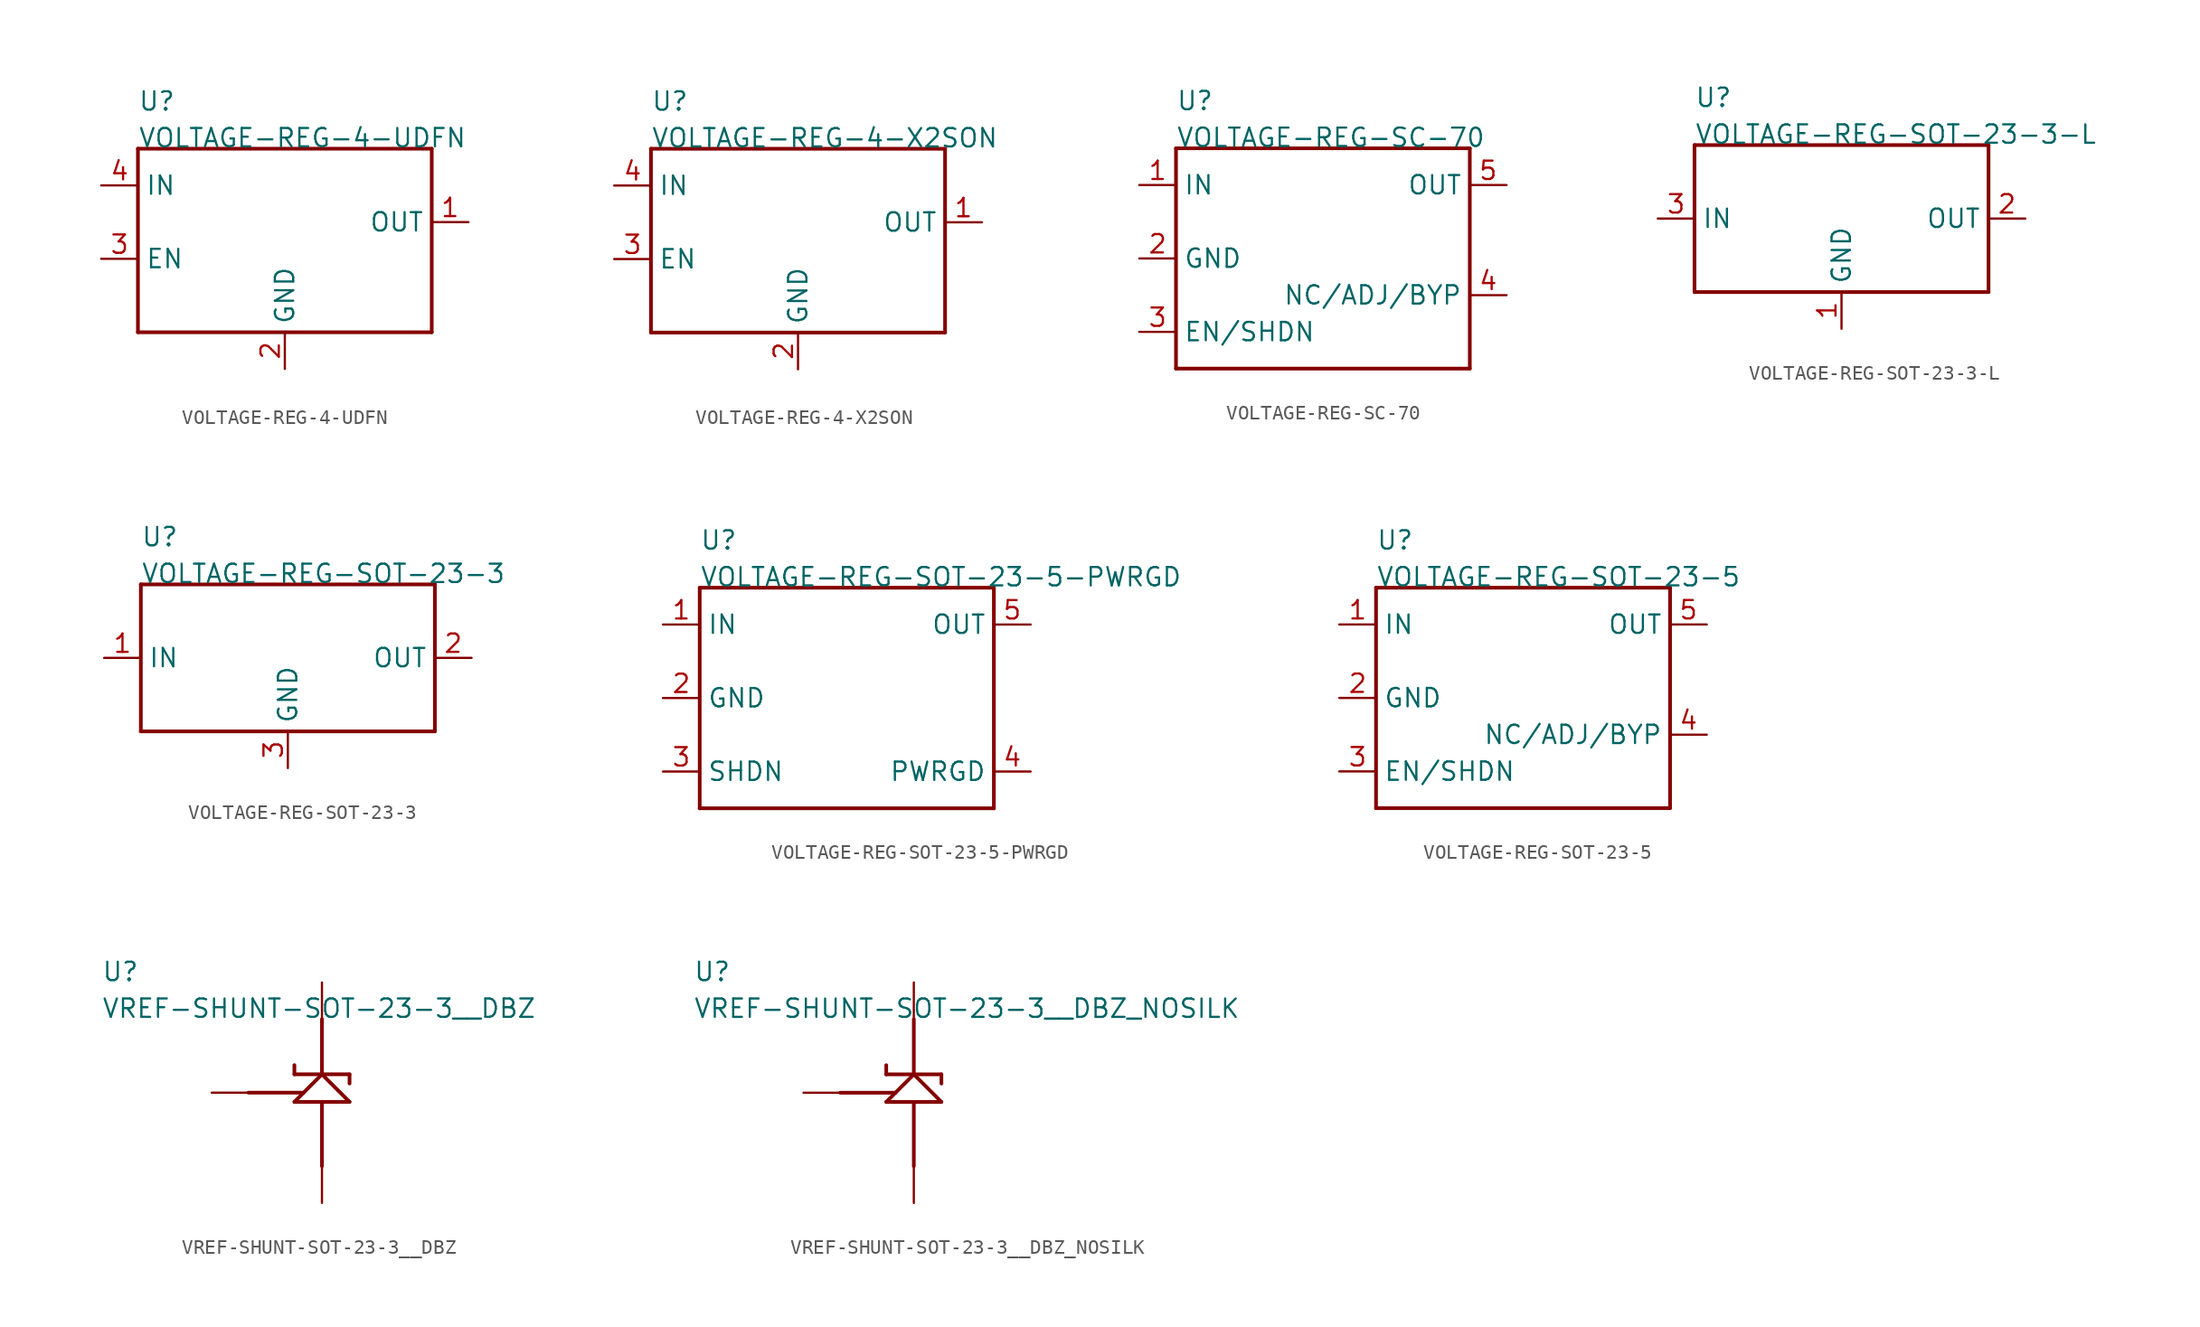
<source format=kicad_sym>
(kicad_symbol_lib
  (version 20211014)
  (generator kicad_symbol_editor)
  (symbol "VOLTAGE-REG-4-UDFN"
    (pin_names)
    (property "Reference" "U"
      (at -10.16 10.16 0)
      (effects (font (size 1.27 1.27)) (justify left bottom)))
    (property "Value" "VOLTAGE-REG-4-UDFN"
      (at -10.16 7.62 0)
      (effects (font (size 1.27 1.27)) (justify left bottom)))
    (property "Datasheet" ""
      (at 0 0 0))
    (property "ki_fp_filters" "FlashPCB_ICs:4-UDFN(1.0X1.0)-NOSLIK"
      (at 0 0 0))
    (symbol "VOLTAGE-REG-4-UDFN_1_1"
      (polyline (pts (xy -10.16 7.62) (xy 10.16 7.62)) (stroke (width 0.254)) (fill (type none)))
      (polyline (pts (xy 10.16 7.62) (xy 10.16 -5.08)) (stroke (width 0.254)) (fill (type none)))
      (polyline (pts (xy 10.16 -5.08) (xy -10.16 -5.08)) (stroke (width 0.254)) (fill (type none)))
      (polyline (pts (xy -10.16 -5.08) (xy -10.16 7.62)) (stroke (width 0.254)) (fill (type none)))
      (pin input line (at -12.7 5.08 0) (length 2.54) (name "IN" (effects (font (size 1.27 1.27)))) (number "4" (effects (font (size 1.27 1.27)))))
      (pin bidirectional line (at -12.7 0 0) (length 2.54) (name "EN" (effects (font (size 1.27 1.27)))) (number "3" (effects (font (size 1.27 1.27)))))
      (pin power_in line (at 0 -7.62 90) (length 2.54) (name "GND" (effects (font (size 1.27 1.27)))) (number "2" (effects (font (size 1.27 1.27)))))
      (pin power_in line (at 0 -7.62 90) (length 2.54) hide (name "GND" (effects (font (size 1.27 1.27)))) (number "S_5" (effects (font (size 1.27 1.27)))))
      (pin output line (at 12.7 2.54 180) (length 2.54) (name "OUT" (effects (font (size 1.27 1.27)))) (number "1" (effects (font (size 1.27 1.27)))))))
  (symbol "VOLTAGE-REG-4-X2SON"
    (pin_names)
    (property "Reference" "U"
      (at -10.16 10.16 0)
      (effects (font (size 1.27 1.27)) (justify left bottom)))
    (property "Value" "VOLTAGE-REG-4-X2SON"
      (at -10.16 7.62 0)
      (effects (font (size 1.27 1.27)) (justify left bottom)))
    (property "Datasheet" ""
      (at 0 0 0))
    (property "ki_fp_filters" "FlashPCB_ICs:4-X2SON(1.0X1.0)"
      (at 0 0 0))
    (symbol "VOLTAGE-REG-4-X2SON_1_1"
      (polyline (pts (xy -10.16 7.62) (xy 10.16 7.62)) (stroke (width 0.254)) (fill (type none)))
      (polyline (pts (xy 10.16 7.62) (xy 10.16 -5.08)) (stroke (width 0.254)) (fill (type none)))
      (polyline (pts (xy 10.16 -5.08) (xy -10.16 -5.08)) (stroke (width 0.254)) (fill (type none)))
      (polyline (pts (xy -10.16 -5.08) (xy -10.16 7.62)) (stroke (width 0.254)) (fill (type none)))
      (pin input line (at -12.7 5.08 0) (length 2.54) (name "IN" (effects (font (size 1.27 1.27)))) (number "4" (effects (font (size 1.27 1.27)))))
      (pin bidirectional line (at -12.7 0 0) (length 2.54) (name "EN" (effects (font (size 1.27 1.27)))) (number "3" (effects (font (size 1.27 1.27)))))
      (pin power_in line (at 0 -7.62 90) (length 2.54) (name "GND" (effects (font (size 1.27 1.27)))) (number "2" (effects (font (size 1.27 1.27)))))
      (pin power_in line (at 0 -7.62 90) (length 2.54) hide (name "GND" (effects (font (size 1.27 1.27)))) (number "S_1" (effects (font (size 1.27 1.27)))))
      (pin output line (at 12.7 2.54 180) (length 2.54) (name "OUT" (effects (font (size 1.27 1.27)))) (number "1" (effects (font (size 1.27 1.27)))))))
  (symbol "VOLTAGE-REG-SC-70"
    (pin_names)
    (property "Reference" "U"
      (at -10.16 10.16 0)
      (effects (font (size 1.27 1.27)) (justify left bottom)))
    (property "Value" "VOLTAGE-REG-SC-70"
      (at -10.16 7.62 0)
      (effects (font (size 1.27 1.27)) (justify left bottom)))
    (property "Datasheet" ""
      (at 0 0 0))
    (property "ki_description" "Voltage Regulator   - SC-70-5 Voltage Regulator   Technical Specifications:    Pin1: IN   Pin2: GND   Pin3: EN/SHDN   Pin4: NC/ADJ/BYP   Pin5: OUT     "
      (at 0 0 0))
    (property "ki_fp_filters" "FlashPCB_ICs:SC-70-5"
      (at 0 0 0))
    (symbol "VOLTAGE-REG-SC-70_1_1"
      (polyline (pts (xy -10.16 7.62) (xy 10.16 7.62)) (stroke (width 0.254)) (fill (type none)))
      (polyline (pts (xy 10.16 7.62) (xy 10.16 -7.62)) (stroke (width 0.254)) (fill (type none)))
      (polyline (pts (xy 10.16 -7.62) (xy -10.16 -7.62)) (stroke (width 0.254)) (fill (type none)))
      (polyline (pts (xy -10.16 -7.62) (xy -10.16 7.62)) (stroke (width 0.254)) (fill (type none)))
      (pin input line (at -12.7 5.08 0) (length 2.54) (name "IN" (effects (font (size 1.27 1.27)))) (number "1" (effects (font (size 1.27 1.27)))))
      (pin bidirectional line (at -12.7 -5.08 0) (length 2.54) (name "EN/SHDN" (effects (font (size 1.27 1.27)))) (number "3" (effects (font (size 1.27 1.27)))))
      (pin power_in line (at -12.7 0 0) (length 2.54) (name "GND" (effects (font (size 1.27 1.27)))) (number "2" (effects (font (size 1.27 1.27)))))
      (pin output line (at 12.7 5.08 180) (length 2.54) (name "OUT" (effects (font (size 1.27 1.27)))) (number "5" (effects (font (size 1.27 1.27)))))
      (pin bidirectional line (at 12.7 -2.54 180) (length 2.54) (name "NC/ADJ/BYP" (effects (font (size 1.27 1.27)))) (number "4" (effects (font (size 1.27 1.27)))))))
  (symbol "VOLTAGE-REG-SOT-23-3-L"
    (pin_names)
    (property "Reference" "U"
      (at -10.16 7.62 0)
      (effects (font (size 1.27 1.27)) (justify left bottom)))
    (property "Value" "VOLTAGE-REG-SOT-23-3-L"
      (at -10.16 5.08 0)
      (effects (font (size 1.27 1.27)) (justify left bottom)))
    (property "Datasheet" ""
      (at 0 0 0))
    (property "ki_description" "Voltage Regulator SOT  - SOT-23-3 Voltage Regulator   Technical Specifications:    Pin1: GND   Pin2: OUT   Pin3: IN     "
      (at 0 0 0))
    (property "ki_fp_filters" "FlashPCB_ICs:SOT-23-3F FlashPCB_ICs:SOT-23-3 FlashPCB_ICs:SOT-23-3_NOSILK FlashPCB_ICs:SOT-23-3F_NOSILK"
      (at 0 0 0))
    (symbol "VOLTAGE-REG-SOT-23-3-L_1_1"
      (polyline (pts (xy -10.16 5.08) (xy 10.16 5.08)) (stroke (width 0.254)) (fill (type none)))
      (polyline (pts (xy 10.16 5.08) (xy 10.16 -5.08)) (stroke (width 0.254)) (fill (type none)))
      (polyline (pts (xy 10.16 -5.08) (xy -10.16 -5.08)) (stroke (width 0.254)) (fill (type none)))
      (polyline (pts (xy -10.16 -5.08) (xy -10.16 5.08)) (stroke (width 0.254)) (fill (type none)))
      (pin input line (at -12.7 0 0) (length 2.54) (name "IN" (effects (font (size 1.27 1.27)))) (number "3" (effects (font (size 1.27 1.27)))))
      (pin power_in line (at 0 -7.62 90) (length 2.54) (name "GND" (effects (font (size 1.27 1.27)))) (number "1" (effects (font (size 1.27 1.27)))))
      (pin output line (at 12.7 0 180) (length 2.54) (name "OUT" (effects (font (size 1.27 1.27)))) (number "2" (effects (font (size 1.27 1.27)))))))
  (symbol "VOLTAGE-REG-SOT-23-3"
    (pin_names)
    (property "Reference" "U"
      (at -10.16 7.62 0)
      (effects (font (size 1.27 1.27)) (justify left bottom)))
    (property "Value" "VOLTAGE-REG-SOT-23-3"
      (at -10.16 5.08 0)
      (effects (font (size 1.27 1.27)) (justify left bottom)))
    (property "Datasheet" ""
      (at 0 0 0))
    (property "ki_description" "Voltage Regulator SOT  - SOT-23-3 Voltage Regulator   Technical Specifications:    Pin1: IN   Pin2: OUT   Pin3: GND      "
      (at 0 0 0))
    (property "ki_fp_filters" "FlashPCB_ICs:SOT-23-3F FlashPCB_ICs:SOT-23-3 FlashPCB_ICs:SOT-23-3_NOSILK FlashPCB_ICs:SOT-23-3F_NOSILK"
      (at 0 0 0))
    (symbol "VOLTAGE-REG-SOT-23-3_1_1"
      (polyline (pts (xy -10.16 5.08) (xy 10.16 5.08)) (stroke (width 0.254)) (fill (type none)))
      (polyline (pts (xy 10.16 5.08) (xy 10.16 -5.08)) (stroke (width 0.254)) (fill (type none)))
      (polyline (pts (xy 10.16 -5.08) (xy -10.16 -5.08)) (stroke (width 0.254)) (fill (type none)))
      (polyline (pts (xy -10.16 -5.08) (xy -10.16 5.08)) (stroke (width 0.254)) (fill (type none)))
      (pin input line (at -12.7 0 0) (length 2.54) (name "IN" (effects (font (size 1.27 1.27)))) (number "1" (effects (font (size 1.27 1.27)))))
      (pin power_in line (at 0 -7.62 90) (length 2.54) (name "GND" (effects (font (size 1.27 1.27)))) (number "3" (effects (font (size 1.27 1.27)))))
      (pin output line (at 12.7 0 180) (length 2.54) (name "OUT" (effects (font (size 1.27 1.27)))) (number "2" (effects (font (size 1.27 1.27)))))))
  (symbol "VOLTAGE-REG-SOT-23-5-PWRGD"
    (pin_names)
    (property "Reference" "U"
      (at -10.16 10.16 0)
      (effects (font (size 1.27 1.27)) (justify left bottom)))
    (property "Value" "VOLTAGE-REG-SOT-23-5-PWRGD"
      (at -10.16 7.62 0)
      (effects (font (size 1.27 1.27)) (justify left bottom)))
    (property "Datasheet" ""
      (at 0 0 0))
    (property "ki_description" "Voltage Regulator SOT  - SOT-23-5 Voltage Regulator   Technical Specifications:    Pin1: IN   Pin2: GND   Pin3: EN/SHDN   Pin4: PWRGND   Pin5: OUT     "
      (at 0 0 0))
    (property "ki_fp_filters" "FlashPCB_ICs:SOT-23-5 FlashPCB_ICs:SOT-223-5_NOSILK"
      (at 0 0 0))
    (symbol "VOLTAGE-REG-SOT-23-5-PWRGD_1_1"
      (polyline (pts (xy -10.16 7.62) (xy 10.16 7.62)) (stroke (width 0.254)) (fill (type none)))
      (polyline (pts (xy 10.16 7.62) (xy 10.16 -7.62)) (stroke (width 0.254)) (fill (type none)))
      (polyline (pts (xy 10.16 -7.62) (xy -10.16 -7.62)) (stroke (width 0.254)) (fill (type none)))
      (polyline (pts (xy -10.16 -7.62) (xy -10.16 7.62)) (stroke (width 0.254)) (fill (type none)))
      (pin input line (at -12.7 5.08 0) (length 2.54) (name "IN" (effects (font (size 1.27 1.27)))) (number "1" (effects (font (size 1.27 1.27)))))
      (pin bidirectional line (at -12.7 -5.08 0) (length 2.54) (name "SHDN" (effects (font (size 1.27 1.27)))) (number "3" (effects (font (size 1.27 1.27)))))
      (pin power_in line (at -12.7 0 0) (length 2.54) (name "GND" (effects (font (size 1.27 1.27)))) (number "2" (effects (font (size 1.27 1.27)))))
      (pin output line (at 12.7 5.08 180) (length 2.54) (name "OUT" (effects (font (size 1.27 1.27)))) (number "5" (effects (font (size 1.27 1.27)))))
      (pin power_in line (at 12.7 -5.08 180) (length 2.54) (name "PWRGD" (effects (font (size 1.27 1.27)))) (number "4" (effects (font (size 1.27 1.27)))))))
  (symbol "VOLTAGE-REG-SOT-23-5"
    (pin_names)
    (property "Reference" "U"
      (at -10.16 10.16 0)
      (effects (font (size 1.27 1.27)) (justify left bottom)))
    (property "Value" "VOLTAGE-REG-SOT-23-5"
      (at -10.16 7.62 0)
      (effects (font (size 1.27 1.27)) (justify left bottom)))
    (property "Datasheet" ""
      (at 0 0 0))
    (property "ki_description" "Voltage Regulator SOT  - SOT-23-5 Voltage Regulator   Technical Specifications:    Pin1: IN   Pin2: GND   Pin3: EN/SHDN   Pin4: NC/ADJ   Pin5: OUT     "
      (at 0 0 0))
    (property "ki_fp_filters" "FlashPCB_ICs:SOT-23-5 FlashPCB_ICs:SOT-23-5_NOSILK"
      (at 0 0 0))
    (symbol "VOLTAGE-REG-SOT-23-5_1_1"
      (polyline (pts (xy -10.16 7.62) (xy 10.16 7.62)) (stroke (width 0.254)) (fill (type none)))
      (polyline (pts (xy 10.16 7.62) (xy 10.16 -7.62)) (stroke (width 0.254)) (fill (type none)))
      (polyline (pts (xy 10.16 -7.62) (xy -10.16 -7.62)) (stroke (width 0.254)) (fill (type none)))
      (polyline (pts (xy -10.16 -7.62) (xy -10.16 7.62)) (stroke (width 0.254)) (fill (type none)))
      (pin input line (at -12.7 5.08 0) (length 2.54) (name "IN" (effects (font (size 1.27 1.27)))) (number "1" (effects (font (size 1.27 1.27)))))
      (pin bidirectional line (at -12.7 -5.08 0) (length 2.54) (name "EN/SHDN" (effects (font (size 1.27 1.27)))) (number "3" (effects (font (size 1.27 1.27)))))
      (pin power_in line (at -12.7 0 0) (length 2.54) (name "GND" (effects (font (size 1.27 1.27)))) (number "2" (effects (font (size 1.27 1.27)))))
      (pin output line (at 12.7 5.08 180) (length 2.54) (name "OUT" (effects (font (size 1.27 1.27)))) (number "5" (effects (font (size 1.27 1.27)))))
      (pin bidirectional line (at 12.7 -2.54 180) (length 2.54) (name "NC/ADJ/BYP" (effects (font (size 1.27 1.27)))) (number "4" (effects (font (size 1.27 1.27)))))))
  (symbol "VREF-SHUNT-SOT-23-3__DBZ"
    (pin_numbers hide)
    (pin_names)
    (property "Reference" "U"
      (at -15.24 7.62 0)
      (effects (font (size 1.27 1.27)) (justify left bottom)))
    (property "Value" "VREF-SHUNT-SOT-23-3__DBZ"
      (at -15.24 5.08 0)
      (effects (font (size 1.27 1.27)) (justify left bottom)))
    (property "Datasheet" ""
      (at 0 0 0))
    (property "ki_description" "TLVH431  - IC VREF SHUNT ADJ 0.5% SOT23-3  Technical Specifications:    Shunt Voltage Reference IC Adjustable 1.24V 18 VV ±0.5% 70 mA SOT-23-3   Reference Type: Shunt   Ouput Type: Adjustable   Low Voltage Operation: 1.24V   Max Output Voltage: 18V   Typical Output Impedence: 0.25 Ohm       Component Search:  TLVH431DBV   Datasheet:  TLVH431, TLVH432 Low-Voltage Adjustable Precision Shunt Regulators datasheet (Rev. M)  "
      (at 0 0 0))
    (property "ki_fp_filters" "FlashPCB_ICs:SOT-23-3"
      (at 0 0 0))
    (symbol "VREF-SHUNT-SOT-23-3__DBZ_1_1"
      (polyline (pts (xy 0 5.08) (xy 0 1.27)) (stroke (width 0.254)) (fill (type none)))
      (polyline (pts (xy 0 -5.08) (xy 0 -0.635)) (stroke (width 0.254)) (fill (type none)))
      (polyline (pts (xy -5.08 0) (xy -1.27 0)) (stroke (width 0.254)) (fill (type none)))
      (polyline (pts (xy 0 1.27) (xy -1.27 0)) (stroke (width 0.254)) (fill (type none)))
      (polyline (pts (xy -1.27 0) (xy -1.905 -0.635)) (stroke (width 0.254)) (fill (type none)))
      (polyline (pts (xy -1.905 -0.635) (xy 0 -0.635)) (stroke (width 0.254)) (fill (type none)))
      (polyline (pts (xy 0 -0.635) (xy 1.905 -0.635)) (stroke (width 0.254)) (fill (type none)))
      (polyline (pts (xy 1.905 -0.635) (xy 0 1.27)) (stroke (width 0.254)) (fill (type none)))
      (polyline (pts (xy -1.905 1.27) (xy 0 1.27)) (stroke (width 0.254)) (fill (type none)))
      (polyline (pts (xy 0 1.27) (xy 1.905 1.27)) (stroke (width 0.254)) (fill (type none)))
      (polyline (pts (xy 1.905 1.27) (xy 1.905 0.635)) (stroke (width 0.254)) (fill (type none)))
      (polyline (pts (xy -1.905 1.27) (xy -1.905 1.905)) (stroke (width 0.254)) (fill (type none)))
      (pin bidirectional line (at 0 7.62 270) (length 2.54) (name "CATHODE" (effects (font (size 0 0)))) (number "2" (effects (font (size 1.27 1.27)))))
      (pin bidirectional line (at -7.62 0 0) (length 2.54) (name "REF" (effects (font (size 0 0)))) (number "1" (effects (font (size 1.27 1.27)))))
      (pin bidirectional line (at 0 -7.62 90) (length 2.54) (name "ANODE" (effects (font (size 0 0)))) (number "3" (effects (font (size 1.27 1.27)))))))
  (symbol "VREF-SHUNT-SOT-23-3__DBZ_NOSILK"
    (pin_numbers hide)
    (pin_names)
    (property "Reference" "U"
      (at -15.24 7.62 0)
      (effects (font (size 1.27 1.27)) (justify left bottom)))
    (property "Value" "VREF-SHUNT-SOT-23-3__DBZ_NOSILK"
      (at -15.24 5.08 0)
      (effects (font (size 1.27 1.27)) (justify left bottom)))
    (property "Datasheet" ""
      (at 0 0 0))
    (property "ki_description" "TLVH431  - IC VREF SHUNT ADJ 0.5% SOT23-3  Technical Specifications:    Shunt Voltage Reference IC Adjustable 1.24V 18 VV ±0.5% 70 mA SOT-23-3   Reference Type: Shunt   Ouput Type: Adjustable   Low Voltage Operation: 1.24V   Max Output Voltage: 18V   Typical Output Impedence: 0.25 Ohm       Component Search:  TLVH431DBV   Datasheet:  TLVH431, TLVH432 Low-Voltage Adjustable Precision Shunt Regulators datasheet (Rev. M)  "
      (at 0 0 0))
    (property "ki_fp_filters" "FlashPCB_ICs:SOT-23-3_NOSILK"
      (at 0 0 0))
    (symbol "VREF-SHUNT-SOT-23-3__DBZ_NOSILK_1_1"
      (polyline (pts (xy 0 5.08) (xy 0 1.27)) (stroke (width 0.254)) (fill (type none)))
      (polyline (pts (xy 0 -5.08) (xy 0 -0.635)) (stroke (width 0.254)) (fill (type none)))
      (polyline (pts (xy -5.08 0) (xy -1.27 0)) (stroke (width 0.254)) (fill (type none)))
      (polyline (pts (xy 0 1.27) (xy -1.27 0)) (stroke (width 0.254)) (fill (type none)))
      (polyline (pts (xy -1.27 0) (xy -1.905 -0.635)) (stroke (width 0.254)) (fill (type none)))
      (polyline (pts (xy -1.905 -0.635) (xy 0 -0.635)) (stroke (width 0.254)) (fill (type none)))
      (polyline (pts (xy 0 -0.635) (xy 1.905 -0.635)) (stroke (width 0.254)) (fill (type none)))
      (polyline (pts (xy 1.905 -0.635) (xy 0 1.27)) (stroke (width 0.254)) (fill (type none)))
      (polyline (pts (xy -1.905 1.27) (xy 0 1.27)) (stroke (width 0.254)) (fill (type none)))
      (polyline (pts (xy 0 1.27) (xy 1.905 1.27)) (stroke (width 0.254)) (fill (type none)))
      (polyline (pts (xy 1.905 1.27) (xy 1.905 0.635)) (stroke (width 0.254)) (fill (type none)))
      (polyline (pts (xy -1.905 1.27) (xy -1.905 1.905)) (stroke (width 0.254)) (fill (type none)))
      (pin bidirectional line (at 0 7.62 270) (length 2.54) (name "CATHODE" (effects (font (size 0 0)))) (number "1" (effects (font (size 1.27 1.27)))))
      (pin bidirectional line (at -7.62 0 0) (length 2.54) (name "REF" (effects (font (size 0 0)))) (number "2" (effects (font (size 1.27 1.27)))))
      (pin bidirectional line (at 0 -7.62 90) (length 2.54) (name "ANODE" (effects (font (size 0 0)))) (number "3" (effects (font (size 1.27 1.27))))))))
</source>
